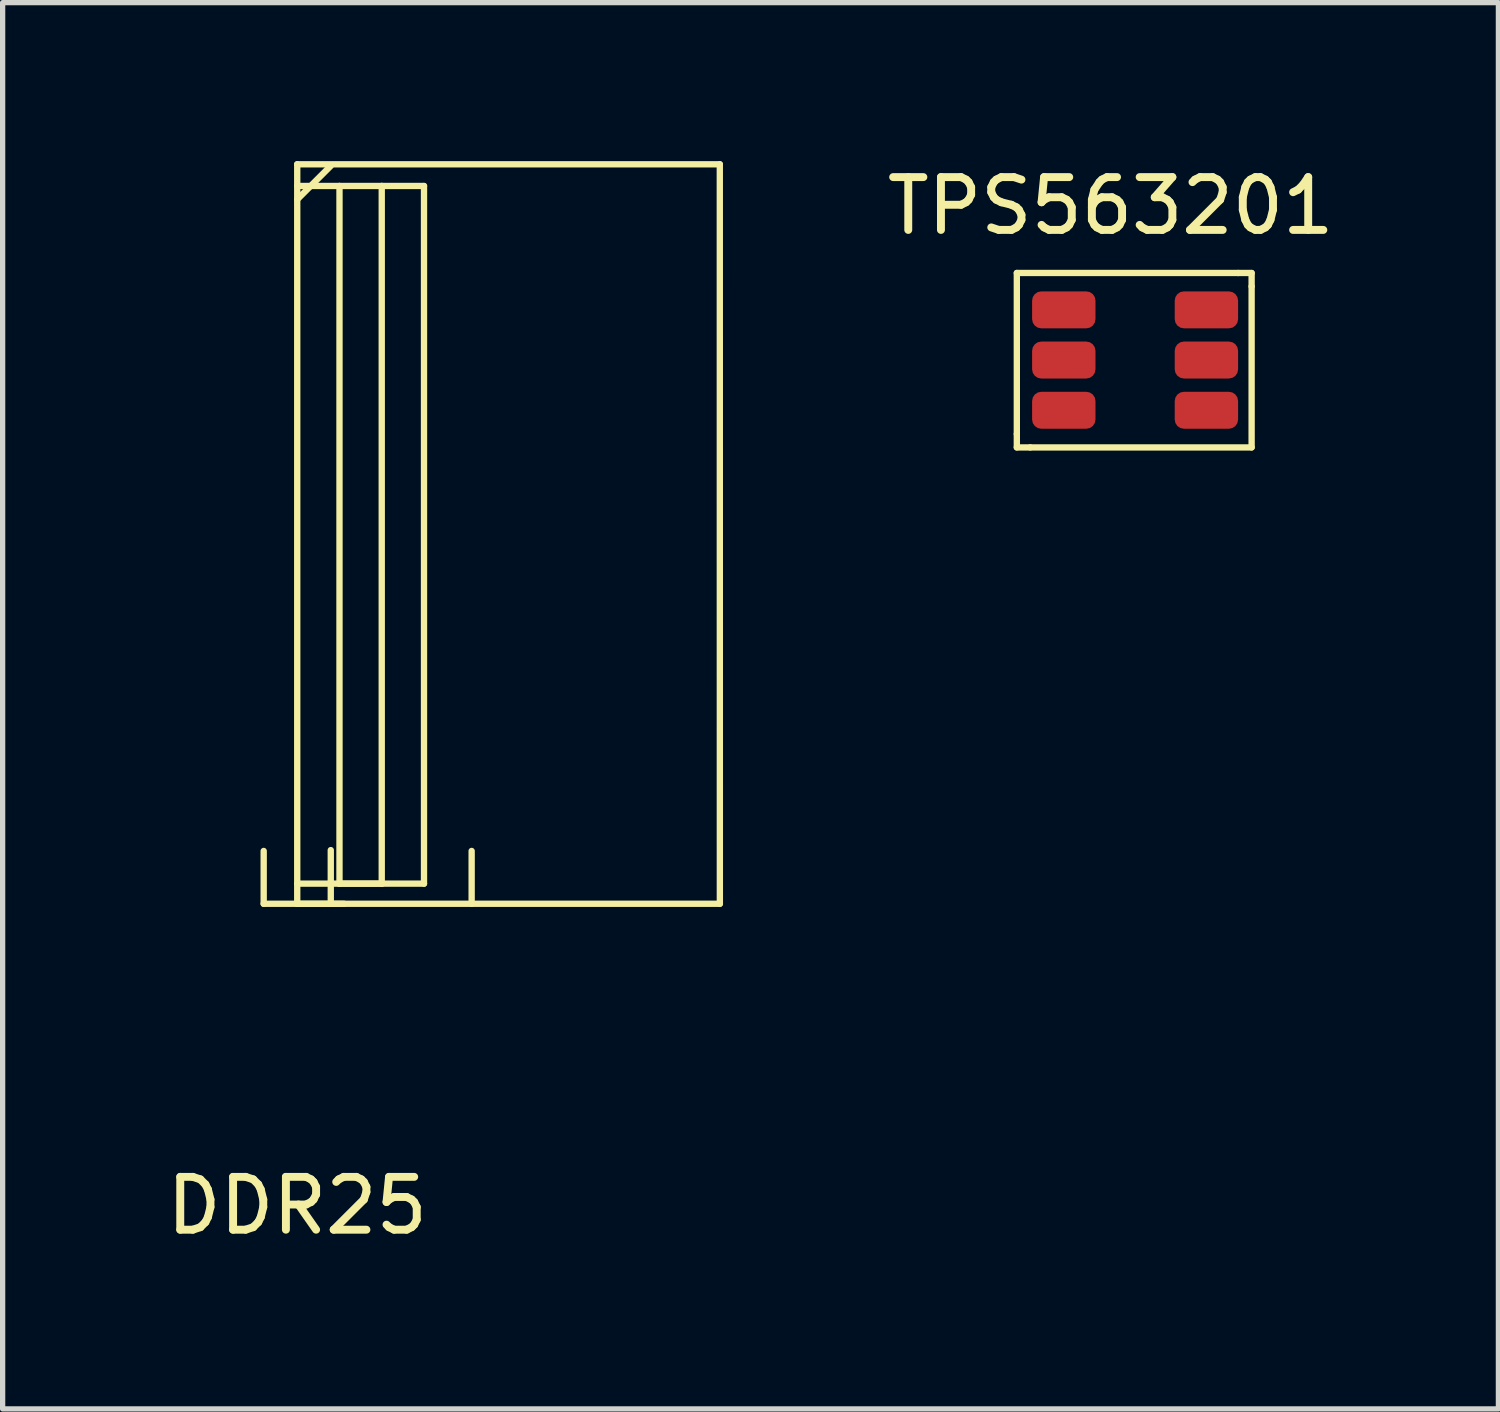
<source format=kicad_pcb>
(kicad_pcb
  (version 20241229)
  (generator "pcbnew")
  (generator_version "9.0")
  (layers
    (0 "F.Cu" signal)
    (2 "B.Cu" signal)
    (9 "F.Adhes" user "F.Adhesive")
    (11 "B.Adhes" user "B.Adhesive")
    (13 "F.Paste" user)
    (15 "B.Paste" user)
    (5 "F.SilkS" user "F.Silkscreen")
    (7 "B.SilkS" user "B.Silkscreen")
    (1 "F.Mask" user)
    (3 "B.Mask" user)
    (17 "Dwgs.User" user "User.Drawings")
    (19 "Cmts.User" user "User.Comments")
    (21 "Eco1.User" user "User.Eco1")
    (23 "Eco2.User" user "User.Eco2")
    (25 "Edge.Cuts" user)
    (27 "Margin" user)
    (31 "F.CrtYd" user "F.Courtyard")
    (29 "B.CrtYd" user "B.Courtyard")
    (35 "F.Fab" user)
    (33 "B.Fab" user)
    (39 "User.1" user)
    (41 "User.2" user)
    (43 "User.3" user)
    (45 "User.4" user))
  (footprint "TPS563201"
    (layer "F.Cu")
    (at 18.486 3.769)
    (property "Reference" "TPS563201" (at -0.508 -2.921 0) (layer "F.SilkS") (effects (font (size 1 1) (thickness 0.15))))
    (attr through_hole)
    (fp_line (start -2.286 -1.651) (end 1.905 -1.651) (stroke (width 0.12) (type solid)) (layer "F.SilkS"))
    (fp_line (start -2.286 1.397) (end -2.286 -1.651) (stroke (width 0.12) (type solid)) (layer "F.SilkS"))
    (fp_line (start -2.286 1.651) (end -2.286 1.397) (stroke (width 0.12) (type solid)) (layer "F.SilkS"))
    (fp_line (start -2.032 1.651) (end -2.286 1.651) (stroke (width 0.12) (type solid)) (layer "F.SilkS"))
    (fp_line (start 1.905 -1.651) (end 2.159 -1.651) (stroke (width 0.12) (type solid)) (layer "F.SilkS"))
    (fp_line (start 2.159 -1.651) (end 2.159 -1.397) (stroke (width 0.12) (type solid)) (layer "F.SilkS"))
    (fp_line (start 2.159 -1.397) (end 2.159 1.651) (stroke (width 0.12) (type solid)) (layer "F.SilkS"))
    (fp_line (start 2.159 1.651) (end -2.032 1.651) (stroke (width 0.12) (type solid)) (layer "F.SilkS"))
    (pad "1" smd roundrect (at -1.397 -0.953) (size 1.2 0.7) (layers "F.Cu" "F.Mask" "F.Paste") (roundrect_rratio 0.25))
    (pad "2" smd roundrect (at -1.397 -0.003) (size 1.2 0.7) (layers "F.Cu" "F.Mask" "F.Paste") (roundrect_rratio 0.25))
    (pad "3" smd roundrect (at -1.397 0.948) (size 1.2 0.7) (layers "F.Cu" "F.Mask" "F.Paste") (roundrect_rratio 0.25))
    (pad "4" smd roundrect (at 1.303 0.948) (size 1.2 0.7) (layers "F.Cu" "F.Mask" "F.Paste") (roundrect_rratio 0.25))
    (pad "5" smd roundrect (at 1.303 -0.003) (size 1.2 0.7) (layers "F.Cu" "F.Mask" "F.Paste") (roundrect_rratio 0.25))
    (pad "6" smd roundrect (at 1.303 -0.953) (size 1.2 0.7) (layers "F.Cu" "F.Mask" "F.Paste") (roundrect_rratio 0.25)))
  (footprint "DDR25"
    (layer "F.Cu")
    (at 2.577 14.06)
    (property "Reference" "DDR25" (at 0 5.715 0) (layer "F.SilkS") (effects (font (size 1 1) (thickness 0.15))))
    (attr through_hole)
    (fp_line (start -0.635 0) (end -0.635 -1) (stroke (width 0.12) (type solid)) (layer "F.SilkS"))
    (fp_line (start 0 -14) (end 8 -14) (stroke (width 0.12) (type solid)) (layer "F.SilkS"))
    (fp_line (start 0 -13.589) (end 0.8 -13.589) (stroke (width 0.12) (type solid)) (layer "F.SilkS"))
    (fp_line (start 0 -13.335) (end 0.635 -13.97) (stroke (width 0.12) (type solid)) (layer "F.SilkS"))
    (fp_line (start 0 -0.381) (end 0.8 -0.381) (stroke (width 0.12) (type solid)) (layer "F.SilkS"))
    (fp_line (start 0 0) (end -0.635 0) (stroke (width 0.12) (type solid)) (layer "F.SilkS"))
    (fp_line (start 0 0) (end 0 -14) (stroke (width 0.12) (type solid)) (layer "F.SilkS"))
    (fp_line (start 0 0) (end 0.889 0) (stroke (width 0.12) (type solid)) (layer "F.SilkS"))
    (fp_line (start 0 0) (end 8 0) (stroke (width 0.12) (type solid)) (layer "F.SilkS"))
    (fp_line (start 0.635 0) (end 0.635 -1.016) (stroke (width 0.12) (type solid)) (layer "F.SilkS"))
    (fp_line (start 0.8 -13.589) (end 0.8 -0.381) (stroke (width 0.12) (type solid)) (layer "F.SilkS"))
    (fp_line (start 0.8 -13.589) (end 1.6 -13.589) (stroke (width 0.12) (type solid)) (layer "F.SilkS"))
    (fp_line (start 0.8 -0.381) (end 1.6 -0.381) (stroke (width 0.12) (type solid)) (layer "F.SilkS"))
    (fp_line (start 1.6 -13.589) (end 1.6 -0.381) (stroke (width 0.12) (type solid)) (layer "F.SilkS"))
    (fp_line (start 1.6 -13.589) (end 2.4 -13.589) (stroke (width 0.12) (type solid)) (layer "F.SilkS"))
    (fp_line (start 1.6 -0.381) (end 0.8 -0.381) (stroke (width 0.12) (type solid)) (layer "F.SilkS"))
    (fp_line (start 1.6 -0.381) (end 2.4 -0.381) (stroke (width 0.12) (type solid)) (layer "F.SilkS"))
    (fp_line (start 2.4 -13.589) (end 2.4 -0.381) (stroke (width 0.12) (type solid)) (layer "F.SilkS"))
    (fp_line (start 3.302 0) (end 3.302 -1) (stroke (width 0.12) (type solid)) (layer "F.SilkS"))
    (fp_line (start 8.001 0) (end 8 -14) (stroke (width 0.12) (type solid)) (layer "F.SilkS")))
  (gr_rect
    (start -3 -3)
    (end 25.317 23.623)
    (stroke (width 0.1) (type default))
    (fill no)
    (layer "Edge.Cuts")))
</source>
